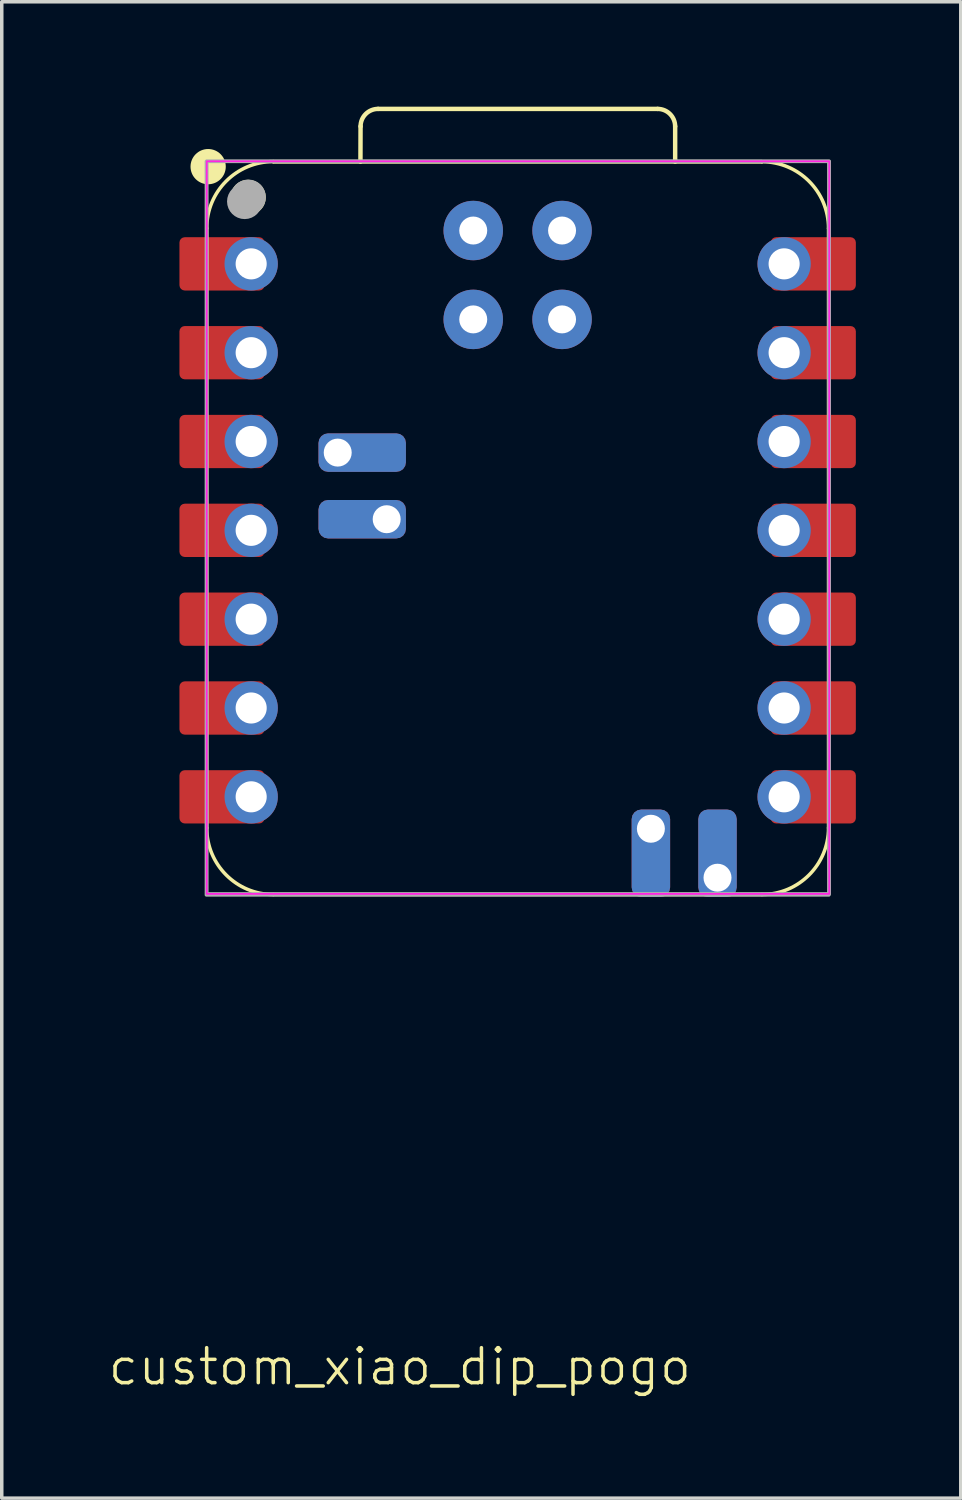
<source format=kicad_pcb>
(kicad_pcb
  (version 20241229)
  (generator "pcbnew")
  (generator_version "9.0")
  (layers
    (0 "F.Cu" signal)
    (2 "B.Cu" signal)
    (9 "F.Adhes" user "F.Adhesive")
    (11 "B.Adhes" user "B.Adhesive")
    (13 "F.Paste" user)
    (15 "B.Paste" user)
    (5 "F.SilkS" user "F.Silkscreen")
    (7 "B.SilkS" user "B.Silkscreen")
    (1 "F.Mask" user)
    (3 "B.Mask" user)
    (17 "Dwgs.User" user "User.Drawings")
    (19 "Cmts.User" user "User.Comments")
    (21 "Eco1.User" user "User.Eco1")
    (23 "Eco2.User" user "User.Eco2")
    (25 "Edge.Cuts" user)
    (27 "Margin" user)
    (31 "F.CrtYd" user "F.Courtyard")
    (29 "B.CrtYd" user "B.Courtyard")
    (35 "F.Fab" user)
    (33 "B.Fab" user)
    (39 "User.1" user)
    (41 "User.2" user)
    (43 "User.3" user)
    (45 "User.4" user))
  (footprint "custom_xiao_dip_pogo"
    (layer "F.Cu")
    (at 11.558 12.764)
    (property "Reference" "custom_xiao_dip_pogo" (at -3.175 23.265 0) (unlocked yes) (layer "F.SilkS") (effects (font (size 1 1) (thickness 0.1))))
    (fp_line (start -8.696 7.86) (end -8.696 -9.285) (stroke (width 0.1) (type solid)) (layer "F.SilkS"))
    (fp_line (start -6.791 9.765) (end 7.179 9.765) (stroke (width 0.1) (type solid)) (layer "F.SilkS"))
    (fp_line (start -4.301 -11.19) (end -4.298 -12.2) (stroke (width 0.127) (type solid)) (layer "F.SilkS"))
    (fp_line (start -3.798 -12.7) (end 4.198 -12.7) (stroke (width 0.127) (type solid)) (layer "F.SilkS"))
    (fp_line (start 4.698 -12.2) (end 4.698 -11.19) (stroke (width 0.127) (type solid)) (layer "F.SilkS"))
    (fp_line (start 7.179 -11.19) (end -6.791 -11.19) (stroke (width 0.1) (type solid)) (layer "F.SilkS"))
    (fp_line (start 7.179 -11.19) (end -6.791 -11.19) (stroke (width 0.1) (type solid)) (layer "F.SilkS"))
    (fp_line (start 9.084 7.86) (end 9.084 -9.285) (stroke (width 0.1) (type solid)) (layer "F.SilkS"))
    (fp_arc (start -8.696364 -9.289) (mid -8.138402 -10.636038) (end -6.791364 -11.194) (stroke (width 0.1) (type solid)) (layer "F.SilkS"))
    (fp_arc (start -6.791364 9.765) (mid -8.138402 9.207038) (end -8.696364 7.86) (stroke (width 0.1) (type solid)) (layer "F.SilkS"))
    (fp_arc (start -4.297636 -12.200272) (mid -4.151092 -12.55364) (end -3.797636 -12.7) (stroke (width 0.127) (type default)) (layer "F.SilkS"))
    (fp_arc (start 4.197636 -12.7) (mid 4.55116 -12.553524) (end 4.697636 -12.2) (stroke (width 0.127) (type default)) (layer "F.SilkS"))
    (fp_arc (start 7.178636 -11.19) (mid 8.525645 -10.632009) (end 9.083636 -9.285) (stroke (width 0.1) (type solid)) (layer "F.SilkS"))
    (fp_arc (start 9.083636 7.86) (mid 8.525674 9.207038) (end 7.178636 9.765) (stroke (width 0.1) (type solid)) (layer "F.SilkS"))
    (fp_circle (center -8.656 -11.049) (end -8.656 -11.303) (stroke (width 0.5) (type solid)) (fill yes) (layer "F.SilkS"))
    (fp_circle (center -7.513 -10.169) (end -7.513 -10.423) (stroke (width 0.5) (type solid)) (fill yes) (layer "F.SilkS"))
    (fp_rect (start -8.696 -11.203) (end 9.104 9.747) (stroke (width 0.05) (type default)) (fill no) (layer "F.CrtYd"))
    (fp_rect (start -8.706 -11.199) (end 9.094 9.776) (stroke (width 0.1) (type default)) (fill no) (layer "F.Fab"))
    (fp_rect (start -8.696 -11.203) (end 9.104 9.747) (stroke (width 0.1) (type default)) (fill no) (layer "F.Fab"))
    (fp_circle (center -7.612 -10.053) (end -7.612 -10.307) (stroke (width 0.5) (type solid)) (fill no) (layer "F.Fab"))
    (fp_circle (center -7.51 -10.175) (end -7.51 -10.429) (stroke (width 0.5) (type solid)) (fill no) (layer "F.Fab"))
    (pad "1" smd roundrect (at -8.261 -8.269 180) (size 2.432 1.524) (layers "F.Cu" "F.Mask") (roundrect_rratio 0.1))
    (pad "1" thru_hole circle (at -7.426 -8.269 180) (size 1.524 1.524) (drill 0.889) (layers "*.Cu" "*.Mask"))
    (pad "2" smd roundrect (at -8.261 -5.729 180) (size 2.432 1.524) (layers "F.Cu" "F.Mask") (roundrect_rratio 0.1))
    (pad "2" thru_hole circle (at -7.426 -5.729 180) (size 1.524 1.524) (drill 0.889) (layers "*.Cu" "*.Mask"))
    (pad "3" smd roundrect (at -8.261 -3.189 180) (size 2.432 1.524) (layers "F.Cu" "F.Mask") (roundrect_rratio 0.1))
    (pad "3" thru_hole circle (at -7.426 -3.189 180) (size 1.524 1.524) (drill 0.889) (layers "*.Cu" "*.Mask"))
    (pad "4" smd roundrect (at -8.261 -0.649 180) (size 2.432 1.524) (layers "F.Cu" "F.Mask") (roundrect_rratio 0.1))
    (pad "4" thru_hole circle (at -7.426 -0.649 180) (size 1.524 1.524) (drill 0.889) (layers "*.Cu" "*.Mask"))
    (pad "5" smd roundrect (at -8.261 1.891 180) (size 2.432 1.524) (layers "F.Cu" "F.Mask") (roundrect_rratio 0.1))
    (pad "5" thru_hole circle (at -7.426 1.891 180) (size 1.524 1.524) (drill 0.889) (layers "*.Cu" "*.Mask"))
    (pad "6" smd roundrect (at -8.261 4.431 180) (size 2.432 1.524) (layers "F.Cu" "F.Mask") (roundrect_rratio 0.1))
    (pad "6" thru_hole circle (at -7.426 4.431 180) (size 1.524 1.524) (drill 0.889) (layers "*.Cu" "*.Mask"))
    (pad "7" smd roundrect (at -8.261 6.971 180) (size 2.432 1.524) (layers "F.Cu" "F.Mask") (roundrect_rratio 0.1))
    (pad "7" thru_hole circle (at -7.426 6.971 180) (size 1.524 1.524) (drill 0.889) (layers "*.Cu" "*.Mask"))
    (pad "8" thru_hole circle (at 7.814 6.971) (size 1.524 1.524) (drill 0.889) (layers "*.Cu" "*.Mask"))
    (pad "8" smd roundrect (at 8.649 6.971) (size 2.432 1.524) (layers "F.Cu" "F.Mask") (roundrect_rratio 0.1))
    (pad "9" thru_hole circle (at 7.814 4.431) (size 1.524 1.524) (drill 0.889) (layers "*.Cu" "*.Mask"))
    (pad "9" smd roundrect (at 8.649 4.431) (size 2.432 1.524) (layers "F.Cu" "F.Mask") (roundrect_rratio 0.1))
    (pad "10" thru_hole circle (at 7.814 1.891) (size 1.524 1.524) (drill 0.889) (layers "*.Cu" "*.Mask"))
    (pad "10" smd roundrect (at 8.649 1.891) (size 2.432 1.524) (layers "F.Cu" "F.Mask") (roundrect_rratio 0.1))
    (pad "11" thru_hole circle (at 7.814 -0.649) (size 1.524 1.524) (drill 0.889) (layers "*.Cu" "*.Mask"))
    (pad "11" smd roundrect (at 8.649 -0.649) (size 2.432 1.524) (layers "F.Cu" "F.Mask") (roundrect_rratio 0.1))
    (pad "12" thru_hole circle (at 7.814 -3.189) (size 1.524 1.524) (drill 0.889) (layers "*.Cu" "*.Mask"))
    (pad "12" smd roundrect (at 8.649 -3.189) (size 2.432 1.524) (layers "F.Cu" "F.Mask") (roundrect_rratio 0.1))
    (pad "13" thru_hole circle (at 7.814 -5.729) (size 1.524 1.524) (drill 0.889) (layers "*.Cu" "*.Mask"))
    (pad "13" smd roundrect (at 8.649 -5.729) (size 2.432 1.524) (layers "F.Cu" "F.Mask") (roundrect_rratio 0.1))
    (pad "14" thru_hole circle (at 7.814 -8.269) (size 1.524 1.524) (drill 0.889) (layers "*.Cu" "*.Mask"))
    (pad "14" smd roundrect (at 8.649 -8.269) (size 2.432 1.524) (layers "F.Cu" "F.Mask") (roundrect_rratio 0.1))
    (pad "15" thru_hole roundrect (at -3.551 -0.967 180) (size 2.5 1.1) (drill 0.8 (offset 0.7 0)) (layers "*.Cu" "*.Mask") (roundrect_rratio 0.25))
    (pad "16" thru_hole roundrect (at -4.951 -2.872 180) (size 2.5 1.1) (drill 0.8 (offset -0.7 0)) (layers "*.Cu" "*.Mask") (roundrect_rratio 0.25))
    (pad "17" thru_hole roundrect (at 4.004 7.884 270) (size 2.5 1.1) (drill 0.8 (offset 0.7 0)) (layers "*.Cu" "*.Mask") (roundrect_rratio 0.25))
    (pad "18" thru_hole roundrect (at 5.909 9.284 270) (size 2.5 1.1) (drill 0.8 (offset -0.7 0)) (layers "*.Cu" "*.Mask") (roundrect_rratio 0.25))
    (pad "19" thru_hole circle (at -1.076 -9.222) (size 1.7 1.7) (drill 0.8) (layers "*.Cu" "*.Mask"))
    (pad "20" thru_hole circle (at 1.464 -9.222) (size 1.7 1.7) (drill 0.8) (layers "*.Cu" "*.Mask"))
    (pad "21" thru_hole circle (at -1.076 -6.681) (size 1.7 1.7) (drill 0.8) (layers "*.Cu" "*.Mask"))
    (pad "22" thru_hole circle (at 1.464 -6.681) (size 1.7 1.7) (drill 0.8) (layers "*.Cu" "*.Mask")))
  (gr_rect
    (start -3 -3)
    (end 24.423 39.789)
    (stroke (width 0.1) (type default))
    (fill no)
    (layer "Edge.Cuts")))
</source>
